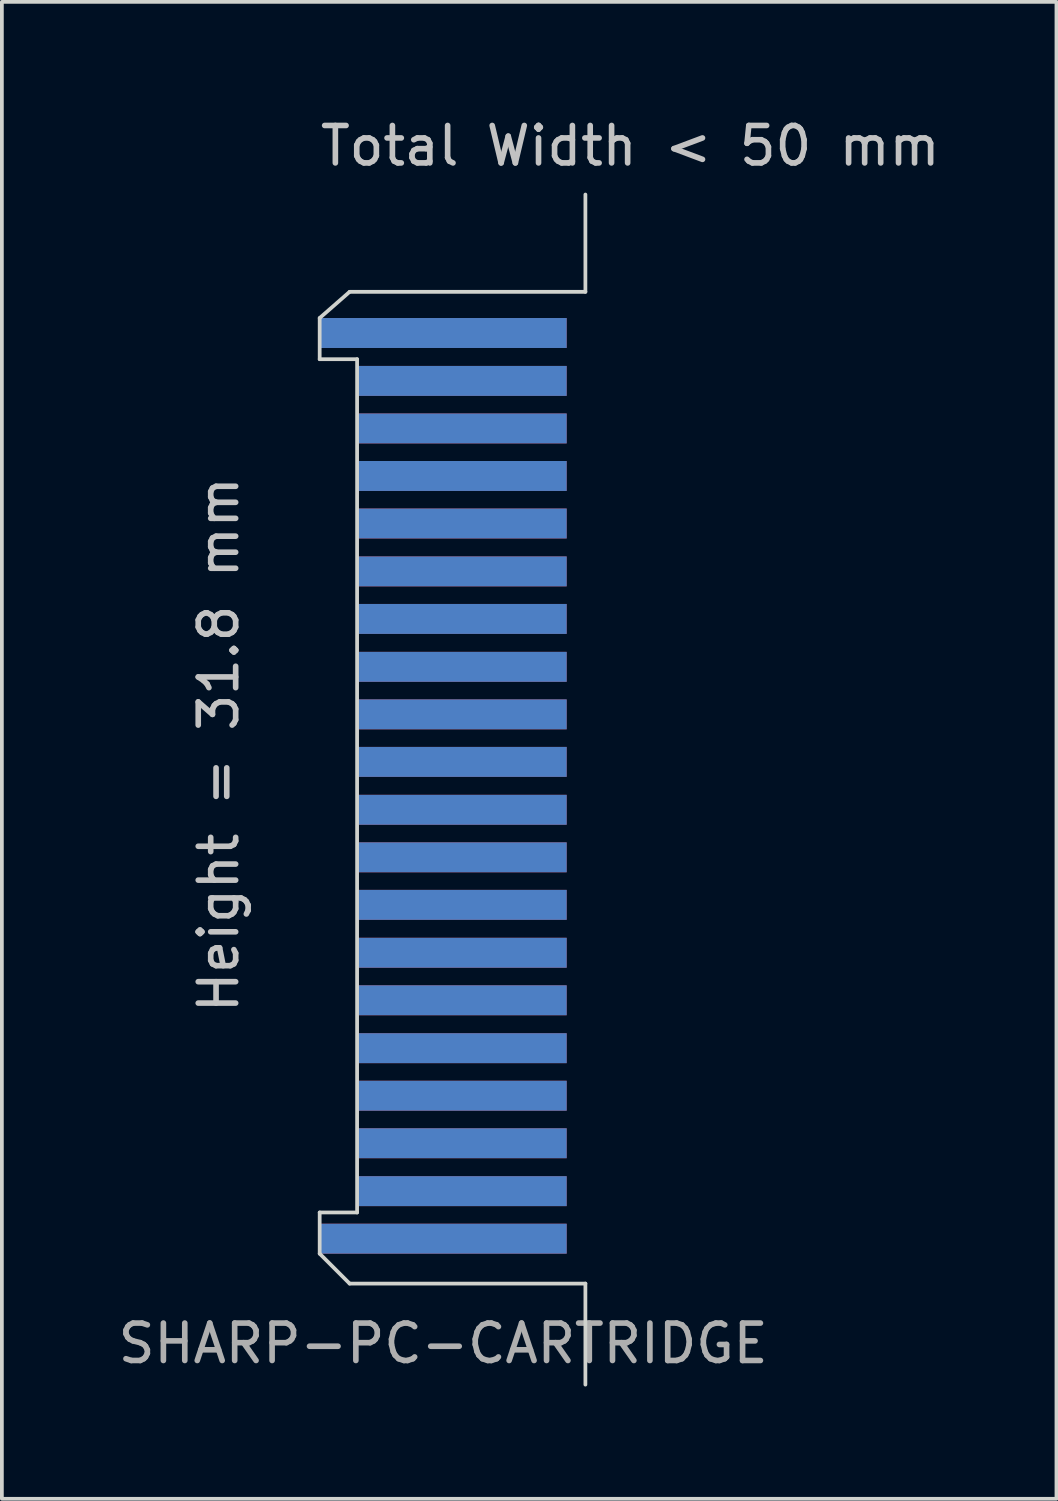
<source format=kicad_pcb>
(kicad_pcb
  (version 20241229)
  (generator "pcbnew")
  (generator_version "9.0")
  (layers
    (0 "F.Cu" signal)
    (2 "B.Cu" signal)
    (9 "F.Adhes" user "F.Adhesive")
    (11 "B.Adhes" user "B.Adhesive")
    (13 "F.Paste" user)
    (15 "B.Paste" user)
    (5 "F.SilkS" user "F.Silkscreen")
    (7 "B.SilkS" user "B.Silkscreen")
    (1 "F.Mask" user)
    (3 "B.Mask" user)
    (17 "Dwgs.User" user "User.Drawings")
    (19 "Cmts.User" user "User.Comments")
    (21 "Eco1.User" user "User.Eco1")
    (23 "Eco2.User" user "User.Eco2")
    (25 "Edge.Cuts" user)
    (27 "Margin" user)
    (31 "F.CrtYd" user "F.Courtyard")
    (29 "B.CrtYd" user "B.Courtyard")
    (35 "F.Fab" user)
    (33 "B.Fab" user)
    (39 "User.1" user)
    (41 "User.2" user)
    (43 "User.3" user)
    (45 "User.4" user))
  (footprint "SHARP-PC-CARTRIDGE"
    (layer "F.Cu")
    (at 12.592 2.148)
    (property "Reference" "SHARP-PC-CARTRIDGE" (at -3.8 30.7 0) (layer "F.Fab") (effects (font (size 1 1) (thickness 0.15))))
    (attr smd)
    (fp_poly (pts (xy -0.5 2.6) (xy -6.3 2.6) (xy -7.1 3.3) (xy -7.1 4.4) (xy -6.1 4.4) (xy -6.1 27.2) (xy -7.1 27.2) (xy -7.1 28.3) (xy -6.3 29.1) (xy -0.5 29.1)) (stroke (width 0.05) (type solid)) (fill yes) (layer "F.Mask"))
    (fp_poly (pts (xy -0.5 2.6) (xy -6.3 2.6) (xy -7.1 3.3) (xy -7.1 4.4) (xy -6.1 4.4) (xy -6.1 27.2) (xy -7.1 27.2) (xy -7.1 28.3) (xy -6.3 29.1) (xy -0.5 29.1)) (stroke (width 0.05) (type solid)) (fill yes) (layer "B.Mask"))
    (fp_line (start -7.1 3.3) (end -6.3 2.6) (stroke (width 0.1) (type solid)) (layer "Edge.Cuts"))
    (fp_line (start -7.1 4.4) (end -7.1 3.3) (stroke (width 0.1) (type solid)) (layer "Edge.Cuts"))
    (fp_line (start -7.1 27.2) (end -6.1 27.2) (stroke (width 0.1) (type solid)) (layer "Edge.Cuts"))
    (fp_line (start -7.1 28.3) (end -7.1 27.2) (stroke (width 0.1) (type solid)) (layer "Edge.Cuts"))
    (fp_line (start -6.3 2.6) (end 0 2.6) (stroke (width 0.1) (type solid)) (layer "Edge.Cuts"))
    (fp_line (start -6.3 29.1) (end -7.1 28.3) (stroke (width 0.1) (type solid)) (layer "Edge.Cuts"))
    (fp_line (start -6.1 4.4) (end -7.1 4.4) (stroke (width 0.1) (type solid)) (layer "Edge.Cuts"))
    (fp_line (start -6.1 27.2) (end -6.1 4.4) (stroke (width 0.1) (type solid)) (layer "Edge.Cuts"))
    (fp_line (start 0 2.6) (end 0 0) (stroke (width 0.1) (type solid)) (layer "Edge.Cuts"))
    (fp_line (start 0 29.1) (end -6.3 29.1) (stroke (width 0.1) (type solid)) (layer "Edge.Cuts"))
    (fp_line (start 0 31.8) (end 0 29.1) (stroke (width 0.1) (type solid)) (layer "Edge.Cuts"))
    (fp_text user "Total Width < 50 mm" (at 1.2 -1.3 0) (layer "Dwgs.User") (effects (font (size 1 1) (thickness 0.15))))
    (fp_text user "Height = 31.8 mm" (at -9.8 14.7 90) (layer "Dwgs.User") (effects (font (size 1 1) (thickness 0.15))))
    (pad "1" smd rect (at -3.8 3.7) (size 6.6 0.8) (layers "F.Cu" "F.Mask" "F.Paste"))
    (pad "2" smd rect (at -3.3 4.98) (size 5.6 0.8) (layers "F.Cu" "F.Mask" "F.Paste"))
    (pad "3" smd rect (at -3.3 6.25) (size 5.6 0.8) (layers "F.Cu" "F.Mask" "F.Paste"))
    (pad "4" smd rect (at -3.3 7.52) (size 5.6 0.8) (layers "F.Cu" "F.Mask" "F.Paste"))
    (pad "5" smd rect (at -3.3 8.79) (size 5.6 0.8) (layers "F.Cu" "F.Mask" "F.Paste"))
    (pad "6" smd rect (at -3.3 10.07) (size 5.6 0.8) (layers "F.Cu" "F.Mask" "F.Paste"))
    (pad "7" smd rect (at -3.3 11.34) (size 5.6 0.8) (layers "F.Cu" "F.Mask" "F.Paste"))
    (pad "8" smd rect (at -3.3 12.62) (size 5.6 0.8) (layers "F.Cu" "F.Mask" "F.Paste"))
    (pad "9" smd rect (at -3.3 13.89) (size 5.6 0.8) (layers "F.Cu" "F.Mask" "F.Paste"))
    (pad "10" smd rect (at -3.3 15.16) (size 5.6 0.8) (layers "F.Cu" "F.Mask" "F.Paste"))
    (pad "11" smd rect (at -3.3 16.44) (size 5.6 0.8) (layers "F.Cu" "F.Mask" "F.Paste"))
    (pad "12" smd rect (at -3.3 17.71) (size 5.6 0.8) (layers "F.Cu" "F.Mask" "F.Paste"))
    (pad "13" smd rect (at -3.3 18.98) (size 5.6 0.8) (layers "F.Cu" "F.Mask" "F.Paste"))
    (pad "14" smd rect (at -3.3 20.26) (size 5.6 0.8) (layers "F.Cu" "F.Mask" "F.Paste"))
    (pad "15" smd rect (at -3.3 21.53) (size 5.6 0.8) (layers "F.Cu" "F.Mask" "F.Paste"))
    (pad "16" smd rect (at -3.3 22.81) (size 5.6 0.8) (layers "F.Cu" "F.Mask" "F.Paste"))
    (pad "17" smd rect (at -3.3 24.08) (size 5.6 0.8) (layers "F.Cu" "F.Mask" "F.Paste"))
    (pad "18" smd rect (at -3.3 25.35) (size 5.6 0.8) (layers "F.Cu" "F.Mask" "F.Paste"))
    (pad "19" smd rect (at -3.3 26.63) (size 5.6 0.8) (layers "F.Cu" "F.Mask" "F.Paste"))
    (pad "20" smd rect (at -3.8 27.9) (size 6.6 0.8) (layers "F.Cu" "F.Mask" "F.Paste"))
    (pad "21" smd rect (at -3.8 3.7) (size 6.6 0.8) (layers "B.Cu" "B.Mask" "B.Paste"))
    (pad "22" smd rect (at -3.3 4.98) (size 5.6 0.8) (layers "B.Cu" "B.Mask" "B.Paste"))
    (pad "23" smd rect (at -3.3 6.25) (size 5.6 0.8) (layers "B.Cu" "B.Mask" "B.Paste"))
    (pad "24" smd rect (at -3.3 7.52) (size 5.6 0.8) (layers "B.Cu" "B.Mask" "B.Paste"))
    (pad "25" smd rect (at -3.3 8.79) (size 5.6 0.8) (layers "B.Cu" "B.Mask" "B.Paste"))
    (pad "26" smd rect (at -3.3 10.07) (size 5.6 0.8) (layers "B.Cu" "B.Mask" "B.Paste"))
    (pad "27" smd rect (at -3.3 11.34) (size 5.6 0.8) (layers "B.Cu" "B.Mask" "B.Paste"))
    (pad "28" smd rect (at -3.3 12.62) (size 5.6 0.8) (layers "B.Cu" "B.Mask" "B.Paste"))
    (pad "29" smd rect (at -3.3 13.89) (size 5.6 0.8) (layers "B.Cu" "B.Mask" "B.Paste"))
    (pad "30" smd rect (at -3.3 15.16) (size 5.6 0.8) (layers "B.Cu" "B.Mask" "B.Paste"))
    (pad "31" smd rect (at -3.3 16.44) (size 5.6 0.8) (layers "B.Cu" "B.Mask" "B.Paste"))
    (pad "32" smd rect (at -3.3 17.71) (size 5.6 0.8) (layers "B.Cu" "B.Mask" "B.Paste"))
    (pad "33" smd rect (at -3.3 18.98) (size 5.6 0.8) (layers "B.Cu" "B.Mask" "B.Paste"))
    (pad "34" smd rect (at -3.3 20.26) (size 5.6 0.8) (layers "B.Cu" "B.Mask" "B.Paste"))
    (pad "35" smd rect (at -3.3 21.53) (size 5.6 0.8) (layers "B.Cu" "B.Mask" "B.Paste"))
    (pad "36" smd rect (at -3.3 22.81) (size 5.6 0.8) (layers "B.Cu" "B.Mask" "B.Paste"))
    (pad "37" smd rect (at -3.3 24.08) (size 5.6 0.8) (layers "B.Cu" "B.Mask" "B.Paste"))
    (pad "38" smd rect (at -3.3 25.35) (size 5.6 0.8) (layers "B.Cu" "B.Mask" "B.Paste"))
    (pad "39" smd rect (at -3.3 26.63) (size 5.6 0.8) (layers "B.Cu" "B.Mask" "B.Paste"))
    (pad "40" smd rect (at -3.8 27.9) (size 6.6 0.8) (layers "B.Cu" "B.Mask" "B.Paste")))
  (gr_rect
    (start -3 -3)
    (end 25.179 36.998)
    (stroke (width 0.1) (type default))
    (fill no)
    (layer "Edge.Cuts")))
</source>
